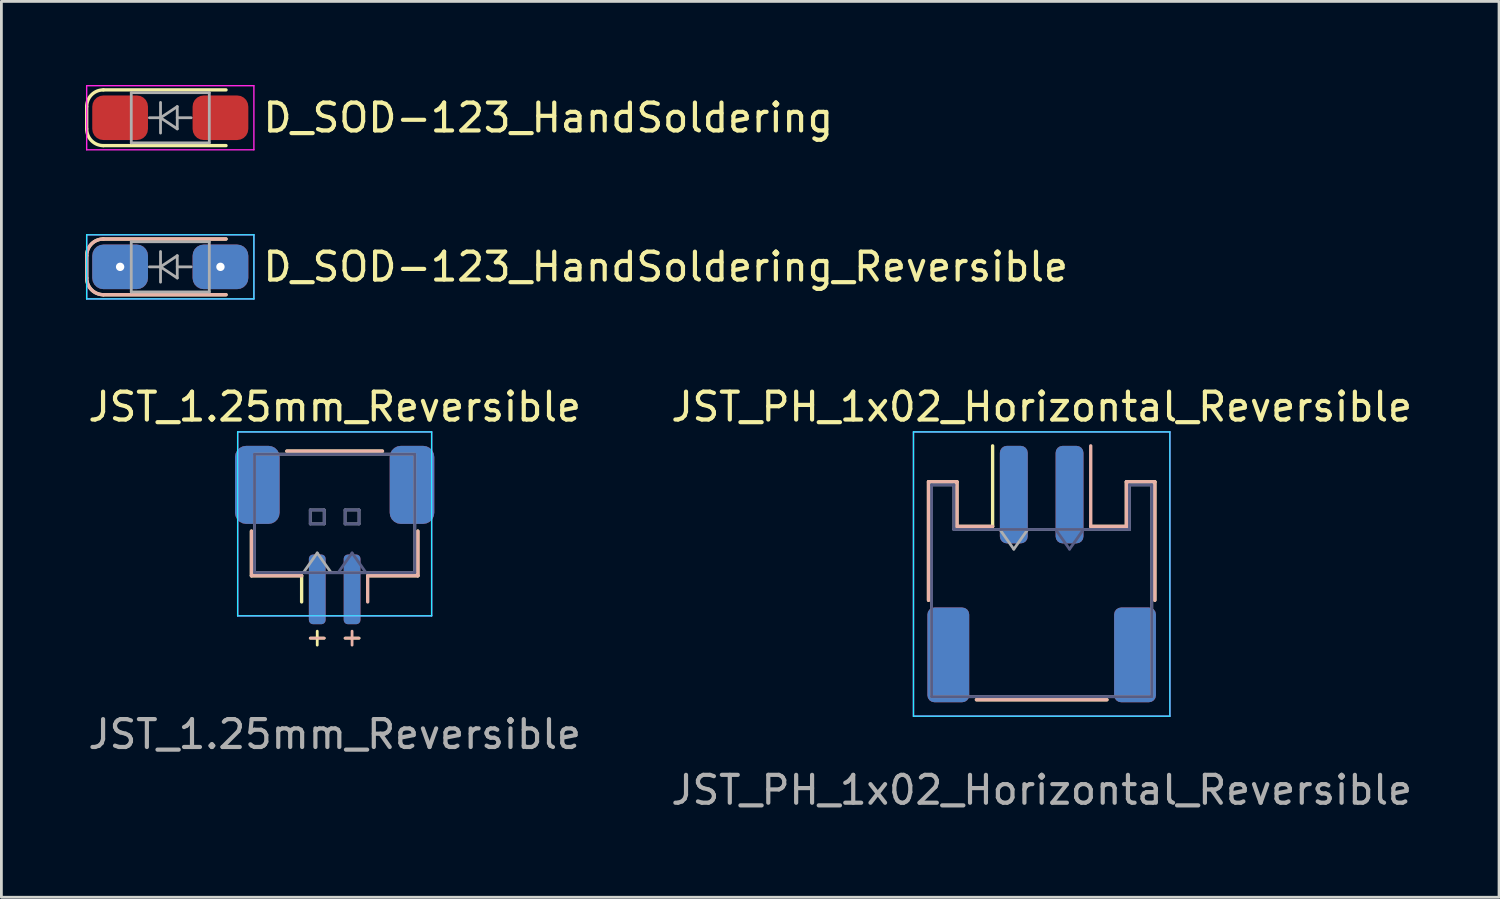
<source format=kicad_pcb>
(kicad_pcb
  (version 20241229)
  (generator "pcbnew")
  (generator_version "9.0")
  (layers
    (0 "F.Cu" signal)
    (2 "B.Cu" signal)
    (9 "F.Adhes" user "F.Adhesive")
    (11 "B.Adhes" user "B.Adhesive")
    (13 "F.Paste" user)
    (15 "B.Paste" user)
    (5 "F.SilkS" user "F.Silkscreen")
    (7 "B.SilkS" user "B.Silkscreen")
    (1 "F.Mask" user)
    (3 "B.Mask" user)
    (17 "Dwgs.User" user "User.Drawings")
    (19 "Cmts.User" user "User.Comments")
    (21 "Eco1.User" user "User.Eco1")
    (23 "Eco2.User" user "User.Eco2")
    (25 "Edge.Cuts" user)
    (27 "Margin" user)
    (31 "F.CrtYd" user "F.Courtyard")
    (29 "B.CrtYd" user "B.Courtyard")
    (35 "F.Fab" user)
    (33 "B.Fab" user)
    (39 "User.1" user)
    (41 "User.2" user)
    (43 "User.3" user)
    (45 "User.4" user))
  (footprint "D_SOD-123_HandSoldering_Reversible"
    (layer "F.Cu")
    (at 3.06 6.525)
    (property "Reference" "D_SOD-123_HandSoldering_Reversible" (at 3.25 0 0) (unlocked yes) (layer "F.SilkS") (effects (font (size 1 1) (thickness 0.15)) (justify left)))
    (fp_line (start -3 -0.4) (end -3 0.4) (stroke (width 0.12) (type solid)) (layer "F.SilkS"))
    (fp_line (start -2.4 -1) (end 2 -1) (stroke (width 0.12) (type solid)) (layer "F.SilkS"))
    (fp_line (start -2.4 1) (end 2 1) (stroke (width 0.12) (type solid)) (layer "F.SilkS"))
    (fp_arc (start -3 -0.4) (mid -2.824264 -0.824264) (end -2.4 -1) (stroke (width 0.12) (type solid)) (layer "F.SilkS"))
    (fp_arc (start -2.4 1) (mid -2.824264 0.824264) (end -3 0.4) (stroke (width 0.12) (type solid)) (layer "F.SilkS"))
    (fp_line (start -3 0.4) (end -3 -0.4) (stroke (width 0.12) (type solid)) (layer "B.SilkS"))
    (fp_line (start -2.4 -1) (end 2 -1) (stroke (width 0.12) (type solid)) (layer "B.SilkS"))
    (fp_line (start -2.4 1) (end 2 1) (stroke (width 0.12) (type solid)) (layer "B.SilkS"))
    (fp_arc (start -3 -0.4) (mid -2.824264 -0.824264) (end -2.4 -1) (stroke (width 0.12) (type solid)) (layer "B.SilkS"))
    (fp_arc (start -2.4 1) (mid -2.824264 0.824264) (end -3 0.4) (stroke (width 0.12) (type solid)) (layer "B.SilkS"))
    (fp_line (start -3 1.15) (end -3 -1.15) (stroke (width 0.05) (type solid)) (layer "B.CrtYd"))
    (fp_line (start -3 1.15) (end 3 1.15) (stroke (width 0.05) (type solid)) (layer "B.CrtYd"))
    (fp_line (start 3 -1.15) (end -3 -1.15) (stroke (width 0.05) (type solid)) (layer "B.CrtYd"))
    (fp_line (start 3 1.15) (end 3 -1.15) (stroke (width 0.05) (type solid)) (layer "B.CrtYd"))
    (fp_line (start -3 -1.15) (end -3 1.15) (stroke (width 0.05) (type solid)) (layer "F.CrtYd"))
    (fp_line (start -3 -1.15) (end 3 -1.15) (stroke (width 0.05) (type solid)) (layer "F.CrtYd"))
    (fp_line (start 3 -1.15) (end 3 1.15) (stroke (width 0.05) (type solid)) (layer "F.CrtYd"))
    (fp_line (start 3 1.15) (end -3 1.15) (stroke (width 0.05) (type solid)) (layer "F.CrtYd"))
    (fp_line (start -1.4 -0.9) (end 1.4 -0.9) (stroke (width 0.1) (type solid)) (layer "F.Fab"))
    (fp_line (start -1.4 0.9) (end -1.4 -0.9) (stroke (width 0.1) (type solid)) (layer "F.Fab"))
    (fp_line (start -0.75 0) (end -0.35 0) (stroke (width 0.1) (type solid)) (layer "F.Fab"))
    (fp_line (start -0.35 0) (end -0.35 -0.55) (stroke (width 0.1) (type solid)) (layer "F.Fab"))
    (fp_line (start -0.35 0) (end -0.35 0.55) (stroke (width 0.1) (type solid)) (layer "F.Fab"))
    (fp_line (start -0.35 0) (end 0.25 -0.4) (stroke (width 0.1) (type solid)) (layer "F.Fab"))
    (fp_line (start 0.25 -0.4) (end 0.25 0.4) (stroke (width 0.1) (type solid)) (layer "F.Fab"))
    (fp_line (start 0.25 0) (end 0.75 0) (stroke (width 0.1) (type solid)) (layer "F.Fab"))
    (fp_line (start 0.25 0.4) (end -0.35 0) (stroke (width 0.1) (type solid)) (layer "F.Fab"))
    (fp_line (start 1.4 -0.9) (end 1.4 0.9) (stroke (width 0.1) (type solid)) (layer "F.Fab"))
    (fp_line (start 1.4 0.9) (end -1.4 0.9) (stroke (width 0.1) (type solid)) (layer "F.Fab"))
    (pad "1" thru_hole roundrect (at -1.8 0) (size 2 1.6) (drill 0.3) (layers "*.Cu" "*.Paste" "*.Mask") (roundrect_rratio 0.25))
    (pad "2" thru_hole roundrect (at 1.8 0) (size 2 1.6) (drill 0.3) (layers "*.Cu" "*.Paste" "*.Mask") (roundrect_rratio 0.25)))
  (footprint "JST_PH_1x02_Horizontal_Reversible"
    (layer "F.Cu")
    (at 34.327 17.548)
    (property "Reference" "JST_PH_1x02_Horizontal_Reversible" (at 0 -6 0) (unlocked yes) (layer "F.SilkS") (effects (font (size 1 1) (thickness 0.15))))
    (fp_line (start -4.06 -3.31) (end -3.04 -3.31) (stroke (width 0.12) (type solid)) (layer "F.SilkS"))
    (fp_line (start -4.06 0.94) (end -4.06 -3.31) (stroke (width 0.12) (type solid)) (layer "F.SilkS"))
    (fp_line (start -3.04 -3.31) (end -3.04 -1.71) (stroke (width 0.12) (type solid)) (layer "F.SilkS"))
    (fp_line (start -3.04 -1.71) (end -1.76 -1.71) (stroke (width 0.12) (type solid)) (layer "F.SilkS"))
    (fp_line (start -2.34 4.51) (end 2.34 4.51) (stroke (width 0.12) (type solid)) (layer "F.SilkS"))
    (fp_line (start -1.76 -1.71) (end -1.76 -4.6) (stroke (width 0.12) (type solid)) (layer "F.SilkS"))
    (fp_line (start 3.04 -3.31) (end 3.04 -1.71) (stroke (width 0.12) (type solid)) (layer "F.SilkS"))
    (fp_line (start 3.04 -1.71) (end 1.76 -1.71) (stroke (width 0.12) (type solid)) (layer "F.SilkS"))
    (fp_line (start 4.06 -3.31) (end 3.04 -3.31) (stroke (width 0.12) (type solid)) (layer "F.SilkS"))
    (fp_line (start 4.06 0.94) (end 4.06 -3.31) (stroke (width 0.12) (type solid)) (layer "F.SilkS"))
    (fp_line (start -4.06 -3.31) (end -3.04 -3.31) (stroke (width 0.12) (type solid)) (layer "B.SilkS"))
    (fp_line (start -4.06 0.94) (end -4.06 -3.31) (stroke (width 0.12) (type solid)) (layer "B.SilkS"))
    (fp_line (start -3.04 -3.31) (end -3.04 -1.71) (stroke (width 0.12) (type solid)) (layer "B.SilkS"))
    (fp_line (start -3.04 -1.71) (end -1.76 -1.71) (stroke (width 0.12) (type solid)) (layer "B.SilkS"))
    (fp_line (start 1.76 -1.71) (end 1.76 -4.6) (stroke (width 0.12) (type solid)) (layer "B.SilkS"))
    (fp_line (start 2.34 4.51) (end -2.34 4.51) (stroke (width 0.12) (type solid)) (layer "B.SilkS"))
    (fp_line (start 3.04 -3.31) (end 3.04 -1.71) (stroke (width 0.12) (type solid)) (layer "B.SilkS"))
    (fp_line (start 3.04 -1.71) (end 1.76 -1.71) (stroke (width 0.12) (type solid)) (layer "B.SilkS"))
    (fp_line (start 4.06 -3.31) (end 3.04 -3.31) (stroke (width 0.12) (type solid)) (layer "B.SilkS"))
    (fp_line (start 4.06 0.94) (end 4.06 -3.31) (stroke (width 0.12) (type solid)) (layer "B.SilkS"))
    (fp_line (start -4.6 -5.1) (end 4.6 -5.1) (stroke (width 0.05) (type solid)) (layer "B.CrtYd"))
    (fp_line (start -4.6 5.1) (end -4.6 -5.1) (stroke (width 0.05) (type solid)) (layer "B.CrtYd"))
    (fp_line (start 4.6 -5.1) (end 4.6 5.1) (stroke (width 0.05) (type solid)) (layer "B.CrtYd"))
    (fp_line (start 4.6 5.1) (end -4.6 5.1) (stroke (width 0.05) (type solid)) (layer "B.CrtYd"))
    (fp_line (start -4.6 -5.1) (end -4.6 5.1) (stroke (width 0.05) (type solid)) (layer "F.CrtYd"))
    (fp_line (start -4.6 5.1) (end 4.6 5.1) (stroke (width 0.05) (type solid)) (layer "F.CrtYd"))
    (fp_line (start 4.6 -5.1) (end -4.6 -5.1) (stroke (width 0.05) (type solid)) (layer "F.CrtYd"))
    (fp_line (start 4.6 5.1) (end 4.6 -5.1) (stroke (width 0.05) (type solid)) (layer "F.CrtYd"))
    (fp_line (start -3.95 -3.2) (end -3.95 4.4) (stroke (width 0.1) (type solid)) (layer "B.Fab"))
    (fp_line (start -3.15 -3.2) (end -3.95 -3.2) (stroke (width 0.1) (type solid)) (layer "B.Fab"))
    (fp_line (start -3.15 -1.6) (end -3.15 -3.2) (stroke (width 0.1) (type solid)) (layer "B.Fab"))
    (fp_line (start 1 -0.893) (end 0.5 -1.6) (stroke (width 0.1) (type solid)) (layer "B.Fab"))
    (fp_line (start 1.5 -1.6) (end 1 -0.893) (stroke (width 0.1) (type solid)) (layer "B.Fab"))
    (fp_line (start 3.15 -3.2) (end 3.15 -1.6) (stroke (width 0.1) (type solid)) (layer "B.Fab"))
    (fp_line (start 3.15 -1.6) (end -3.15 -1.6) (stroke (width 0.1) (type solid)) (layer "B.Fab"))
    (fp_line (start 3.95 -3.2) (end 3.15 -3.2) (stroke (width 0.1) (type solid)) (layer "B.Fab"))
    (fp_line (start 3.95 -3.2) (end 3.95 4.4) (stroke (width 0.1) (type solid)) (layer "B.Fab"))
    (fp_line (start 3.95 4.4) (end -3.95 4.4) (stroke (width 0.1) (type solid)) (layer "B.Fab"))
    (fp_line (start -3.95 -3.2) (end -3.95 4.4) (stroke (width 0.1) (type solid)) (layer "F.Fab"))
    (fp_line (start -3.95 -3.2) (end -3.15 -3.2) (stroke (width 0.1) (type solid)) (layer "F.Fab"))
    (fp_line (start -3.95 4.4) (end 3.95 4.4) (stroke (width 0.1) (type solid)) (layer "F.Fab"))
    (fp_line (start -3.15 -3.2) (end -3.15 -1.6) (stroke (width 0.1) (type solid)) (layer "F.Fab"))
    (fp_line (start -3.15 -1.6) (end 3.15 -1.6) (stroke (width 0.1) (type solid)) (layer "F.Fab"))
    (fp_line (start -1.5 -1.6) (end -1 -0.893) (stroke (width 0.1) (type solid)) (layer "F.Fab"))
    (fp_line (start -1 -0.893) (end -0.5 -1.6) (stroke (width 0.1) (type solid)) (layer "F.Fab"))
    (fp_line (start 3.15 -3.2) (end 3.95 -3.2) (stroke (width 0.1) (type solid)) (layer "F.Fab"))
    (fp_line (start 3.15 -1.6) (end 3.15 -3.2) (stroke (width 0.1) (type solid)) (layer "F.Fab"))
    (fp_line (start 3.95 -3.2) (end 3.95 4.4) (stroke (width 0.1) (type solid)) (layer "F.Fab"))
    (fp_text user "${REFERENCE}" (at 0 7.75 0) (unlocked yes) (layer "F.Fab") (effects (font (size 1 1) (thickness 0.15))))
    (pad "1" smd roundrect (at -1 -2.85) (size 1 3.5) (layers "F.Cu" "F.Mask" "F.Paste") (roundrect_rratio 0.25))
    (pad "1" smd roundrect (at 1 -2.85) (size 1 3.5) (layers "B.Cu" "B.Mask" "B.Paste") (roundrect_rratio 0.25))
    (pad "2" smd roundrect (at -1 -2.85) (size 1 3.5) (layers "B.Cu" "B.Mask" "B.Paste") (roundrect_rratio 0.25))
    (pad "2" smd roundrect (at 1 -2.85) (size 1 3.5) (layers "F.Cu" "F.Mask" "F.Paste") (roundrect_rratio 0.25))
    (pad "MP" smd roundrect (at -3.35 2.9) (size 1.5 3.4) (layers "F.Cu" "F.Mask" "F.Paste") (roundrect_rratio 0.167))
    (pad "MP" smd roundrect (at -3.35 2.9) (size 1.5 3.4) (layers "B.Cu" "B.Mask" "B.Paste") (roundrect_rratio 0.167))
    (pad "MP" smd roundrect (at 3.35 2.9) (size 1.5 3.4) (layers "F.Cu" "F.Mask" "F.Paste") (roundrect_rratio 0.167))
    (pad "MP" smd roundrect (at 3.35 2.9) (size 1.5 3.4) (layers "B.Cu" "B.Mask" "B.Paste") (roundrect_rratio 0.167)))
  (footprint "D_SOD-123_HandSoldering"
    (layer "F.Cu")
    (at 3.06 1.175)
    (property "Reference" "D_SOD-123_HandSoldering" (at 3.25 0 0) (unlocked yes) (layer "F.SilkS") (effects (font (size 1 1) (thickness 0.15)) (justify left)))
    (fp_line (start -3 -0.4) (end -3 0.4) (stroke (width 0.12) (type solid)) (layer "F.SilkS"))
    (fp_line (start -2.4 -1) (end 2 -1) (stroke (width 0.12) (type solid)) (layer "F.SilkS"))
    (fp_line (start -2.4 1) (end 2 1) (stroke (width 0.12) (type solid)) (layer "F.SilkS"))
    (fp_arc (start -3 -0.4) (mid -2.824264 -0.824264) (end -2.4 -1) (stroke (width 0.12) (type solid)) (layer "F.SilkS"))
    (fp_arc (start -2.4 1) (mid -2.824264 0.824264) (end -3 0.4) (stroke (width 0.12) (type solid)) (layer "F.SilkS"))
    (fp_line (start -3 -1.15) (end -3 1.15) (stroke (width 0.05) (type solid)) (layer "F.CrtYd"))
    (fp_line (start -3 -1.15) (end 3 -1.15) (stroke (width 0.05) (type solid)) (layer "F.CrtYd"))
    (fp_line (start 3 -1.15) (end 3 1.15) (stroke (width 0.05) (type solid)) (layer "F.CrtYd"))
    (fp_line (start 3 1.15) (end -3 1.15) (stroke (width 0.05) (type solid)) (layer "F.CrtYd"))
    (fp_line (start -1.4 -0.9) (end 1.4 -0.9) (stroke (width 0.1) (type solid)) (layer "F.Fab"))
    (fp_line (start -1.4 0.9) (end -1.4 -0.9) (stroke (width 0.1) (type solid)) (layer "F.Fab"))
    (fp_line (start -0.75 0) (end -0.35 0) (stroke (width 0.1) (type solid)) (layer "F.Fab"))
    (fp_line (start -0.35 0) (end -0.35 -0.55) (stroke (width 0.1) (type solid)) (layer "F.Fab"))
    (fp_line (start -0.35 0) (end -0.35 0.55) (stroke (width 0.1) (type solid)) (layer "F.Fab"))
    (fp_line (start -0.35 0) (end 0.25 -0.4) (stroke (width 0.1) (type solid)) (layer "F.Fab"))
    (fp_line (start 0.25 -0.4) (end 0.25 0.4) (stroke (width 0.1) (type solid)) (layer "F.Fab"))
    (fp_line (start 0.25 0) (end 0.75 0) (stroke (width 0.1) (type solid)) (layer "F.Fab"))
    (fp_line (start 0.25 0.4) (end -0.35 0) (stroke (width 0.1) (type solid)) (layer "F.Fab"))
    (fp_line (start 1.4 -0.9) (end 1.4 0.9) (stroke (width 0.1) (type solid)) (layer "F.Fab"))
    (fp_line (start 1.4 0.9) (end -1.4 0.9) (stroke (width 0.1) (type solid)) (layer "F.Fab"))
    (pad "1" smd roundrect (at -1.8 0) (size 2 1.6) (layers "F.Cu" "F.Mask" "F.Paste") (roundrect_rratio 0.25))
    (pad "2" smd roundrect (at 1.8 0) (size 2 1.6) (layers "F.Cu" "F.Mask" "F.Paste") (roundrect_rratio 0.25)))
  (footprint "JST_1.25mm_Reversible"
    (layer "F.Cu")
    (at 8.958 15.548)
    (property "Reference" "JST_1.25mm_Reversible" (at 0 -4 0) (unlocked yes) (layer "F.SilkS") (effects (font (size 1 1) (thickness 0.15))))
    (fp_line (start -2.985 0.46) (end -2.985 2.06) (stroke (width 0.12) (type solid)) (layer "F.SilkS"))
    (fp_line (start -2.985 2.06) (end -1.185 2.06) (stroke (width 0.12) (type solid)) (layer "F.SilkS"))
    (fp_line (start -1.715 -2.41) (end 1.715 -2.41) (stroke (width 0.12) (type solid)) (layer "F.SilkS"))
    (fp_line (start -1.185 2.06) (end -1.185 3) (stroke (width 0.12) (type solid)) (layer "F.SilkS"))
    (fp_line (start -0.875 4.3) (end -0.375 4.3) (stroke (width 0.1) (type default)) (layer "F.SilkS"))
    (fp_line (start -0.625 4.05) (end -0.625 4.55) (stroke (width 0.1) (type default)) (layer "F.SilkS"))
    (fp_line (start 0.375 4.3) (end 0.875 4.3) (stroke (width 0.1) (type default)) (layer "F.SilkS"))
    (fp_line (start 2.985 0.46) (end 2.985 2.06) (stroke (width 0.12) (type solid)) (layer "F.SilkS"))
    (fp_line (start 2.985 2.06) (end 1.185 2.06) (stroke (width 0.12) (type solid)) (layer "F.SilkS"))
    (fp_line (start -2.985 0.46) (end -2.985 2.06) (stroke (width 0.12) (type solid)) (layer "B.SilkS"))
    (fp_line (start -2.985 2.06) (end -1.185 2.06) (stroke (width 0.12) (type solid)) (layer "B.SilkS"))
    (fp_line (start -0.375 4.3) (end -0.875 4.3) (stroke (width 0.1) (type default)) (layer "B.SilkS"))
    (fp_line (start 0.625 4.05) (end 0.625 4.55) (stroke (width 0.1) (type default)) (layer "B.SilkS"))
    (fp_line (start 0.875 4.3) (end 0.375 4.3) (stroke (width 0.1) (type default)) (layer "B.SilkS"))
    (fp_line (start 1.185 2.06) (end 1.185 3) (stroke (width 0.12) (type solid)) (layer "B.SilkS"))
    (fp_line (start 1.715 -2.41) (end -1.715 -2.41) (stroke (width 0.12) (type solid)) (layer "B.SilkS"))
    (fp_line (start 2.985 0.46) (end 2.985 2.06) (stroke (width 0.12) (type solid)) (layer "B.SilkS"))
    (fp_line (start 2.985 2.06) (end 1.185 2.06) (stroke (width 0.12) (type solid)) (layer "B.SilkS"))
    (fp_line (start -3.48 -3.1) (end 3.48 -3.1) (stroke (width 0.05) (type solid)) (layer "B.CrtYd"))
    (fp_line (start -3.48 3.5) (end -3.48 -3.1) (stroke (width 0.05) (type solid)) (layer "B.CrtYd"))
    (fp_line (start 3.48 -3.1) (end 3.48 3.5) (stroke (width 0.05) (type solid)) (layer "B.CrtYd"))
    (fp_line (start 3.48 3.5) (end -3.48 3.5) (stroke (width 0.05) (type solid)) (layer "B.CrtYd"))
    (fp_line (start -3.48 -3.1) (end -3.48 3.5) (stroke (width 0.05) (type solid)) (layer "F.CrtYd"))
    (fp_line (start -3.48 3.5) (end 3.48 3.5) (stroke (width 0.05) (type solid)) (layer "F.CrtYd"))
    (fp_line (start 3.48 -3.1) (end -3.48 -3.1) (stroke (width 0.05) (type solid)) (layer "F.CrtYd"))
    (fp_line (start 3.48 3.5) (end 3.48 -3.1) (stroke (width 0.05) (type solid)) (layer "F.CrtYd"))
    (fp_line (start -2.875 1.95) (end -2.875 -2.3) (stroke (width 0.1) (type solid)) (layer "B.Fab"))
    (fp_line (start -0.875 -0.3) (end -0.375 -0.3) (stroke (width 0.1) (type solid)) (layer "B.Fab"))
    (fp_line (start -0.875 0.2) (end -0.875 -0.3) (stroke (width 0.1) (type solid)) (layer "B.Fab"))
    (fp_line (start -0.375 -0.3) (end -0.375 0.2) (stroke (width 0.1) (type solid)) (layer "B.Fab"))
    (fp_line (start -0.375 0.2) (end -0.875 0.2) (stroke (width 0.1) (type solid)) (layer "B.Fab"))
    (fp_line (start 0.375 -0.3) (end 0.875 -0.3) (stroke (width 0.1) (type solid)) (layer "B.Fab"))
    (fp_line (start 0.375 0.2) (end 0.375 -0.3) (stroke (width 0.1) (type solid)) (layer "B.Fab"))
    (fp_line (start 0.625 1.243) (end 0.125 1.95) (stroke (width 0.1) (type solid)) (layer "B.Fab"))
    (fp_line (start 0.875 -0.3) (end 0.875 0.2) (stroke (width 0.1) (type solid)) (layer "B.Fab"))
    (fp_line (start 0.875 0.2) (end 0.375 0.2) (stroke (width 0.1) (type solid)) (layer "B.Fab"))
    (fp_line (start 1.125 1.95) (end 0.625 1.243) (stroke (width 0.1) (type solid)) (layer "B.Fab"))
    (fp_line (start 2.875 -2.3) (end -2.875 -2.3) (stroke (width 0.1) (type solid)) (layer "B.Fab"))
    (fp_line (start 2.875 1.95) (end -2.875 1.95) (stroke (width 0.1) (type solid)) (layer "B.Fab"))
    (fp_line (start 2.875 1.95) (end 2.875 -2.3) (stroke (width 0.1) (type solid)) (layer "B.Fab"))
    (fp_line (start -2.875 -2.3) (end 2.875 -2.3) (stroke (width 0.1) (type solid)) (layer "F.Fab"))
    (fp_line (start -2.875 1.95) (end -2.875 -2.3) (stroke (width 0.1) (type solid)) (layer "F.Fab"))
    (fp_line (start -2.875 1.95) (end 2.875 1.95) (stroke (width 0.1) (type solid)) (layer "F.Fab"))
    (fp_line (start -1.125 1.95) (end -0.625 1.243) (stroke (width 0.1) (type solid)) (layer "F.Fab"))
    (fp_line (start -0.875 -0.3) (end -0.875 0.2) (stroke (width 0.1) (type solid)) (layer "F.Fab"))
    (fp_line (start -0.875 0.2) (end -0.375 0.2) (stroke (width 0.1) (type solid)) (layer "F.Fab"))
    (fp_line (start -0.625 1.243) (end -0.125 1.95) (stroke (width 0.1) (type solid)) (layer "F.Fab"))
    (fp_line (start -0.375 -0.3) (end -0.875 -0.3) (stroke (width 0.1) (type solid)) (layer "F.Fab"))
    (fp_line (start -0.375 0.2) (end -0.375 -0.3) (stroke (width 0.1) (type solid)) (layer "F.Fab"))
    (fp_line (start 0.375 -0.3) (end 0.375 0.2) (stroke (width 0.1) (type solid)) (layer "F.Fab"))
    (fp_line (start 0.375 0.2) (end 0.875 0.2) (stroke (width 0.1) (type solid)) (layer "F.Fab"))
    (fp_line (start 0.875 -0.3) (end 0.375 -0.3) (stroke (width 0.1) (type solid)) (layer "F.Fab"))
    (fp_line (start 0.875 0.2) (end 0.875 -0.3) (stroke (width 0.1) (type solid)) (layer "F.Fab"))
    (fp_line (start 2.875 1.95) (end 2.875 -2.3) (stroke (width 0.1) (type solid)) (layer "F.Fab"))
    (fp_text user "${REFERENCE}" (at 0 7.75 0) (unlocked yes) (layer "F.Fab") (effects (font (size 1 1) (thickness 0.15))))
    (pad "1" smd roundrect (at -0.625 2.55) (size 0.6 2.5) (layers "F.Cu" "F.Mask" "F.Paste") (roundrect_rratio 0.25))
    (pad "1" smd roundrect (at 0.625 2.55) (size 0.6 2.5) (layers "B.Cu" "B.Mask" "B.Paste") (roundrect_rratio 0.25))
    (pad "2" smd roundrect (at -0.625 2.55) (size 0.6 2.5) (layers "B.Cu" "B.Mask" "B.Paste") (roundrect_rratio 0.25))
    (pad "2" smd roundrect (at 0.625 2.55) (size 0.6 2.5) (layers "F.Cu" "F.Mask" "F.Paste") (roundrect_rratio 0.25))
    (pad "MP" smd roundrect (at -2.775 -1.2) (size 1.6 2.8) (layers "F.Cu" "F.Mask" "F.Paste") (roundrect_rratio 0.25))
    (pad "MP" smd roundrect (at -2.775 -1.2) (size 1.6 2.8) (layers "B.Cu" "B.Mask" "B.Paste") (roundrect_rratio 0.25))
    (pad "MP" smd roundrect (at 2.775 -1.2) (size 1.6 2.8) (layers "F.Cu" "F.Mask" "F.Paste") (roundrect_rratio 0.25))
    (pad "MP" smd roundrect (at 2.775 -1.2) (size 1.6 2.8) (layers "B.Cu" "B.Mask" "B.Paste") (roundrect_rratio 0.25)))
  (gr_rect
    (start -3 -3)
    (end 50.738 29.146)
    (stroke (width 0.1) (type default))
    (fill no)
    (layer "Edge.Cuts")))
</source>
